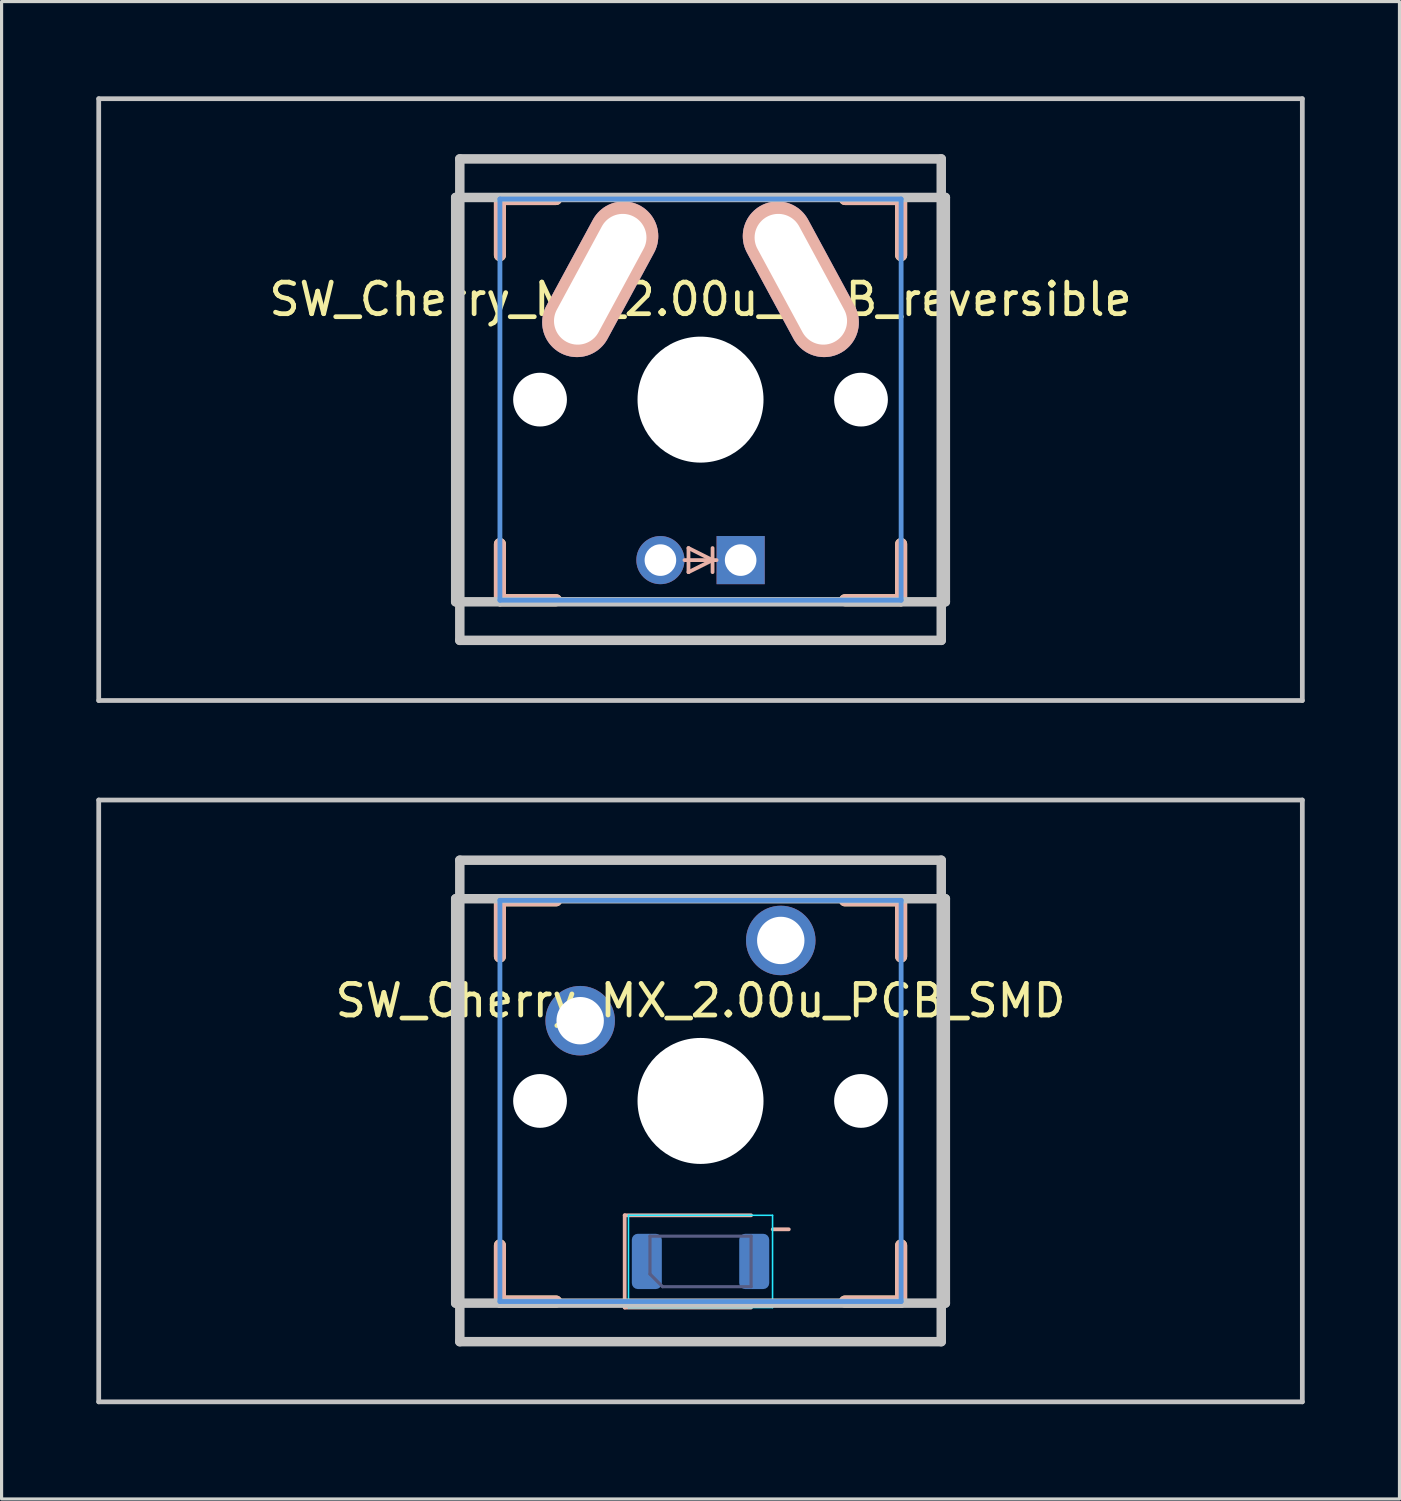
<source format=kicad_pcb>
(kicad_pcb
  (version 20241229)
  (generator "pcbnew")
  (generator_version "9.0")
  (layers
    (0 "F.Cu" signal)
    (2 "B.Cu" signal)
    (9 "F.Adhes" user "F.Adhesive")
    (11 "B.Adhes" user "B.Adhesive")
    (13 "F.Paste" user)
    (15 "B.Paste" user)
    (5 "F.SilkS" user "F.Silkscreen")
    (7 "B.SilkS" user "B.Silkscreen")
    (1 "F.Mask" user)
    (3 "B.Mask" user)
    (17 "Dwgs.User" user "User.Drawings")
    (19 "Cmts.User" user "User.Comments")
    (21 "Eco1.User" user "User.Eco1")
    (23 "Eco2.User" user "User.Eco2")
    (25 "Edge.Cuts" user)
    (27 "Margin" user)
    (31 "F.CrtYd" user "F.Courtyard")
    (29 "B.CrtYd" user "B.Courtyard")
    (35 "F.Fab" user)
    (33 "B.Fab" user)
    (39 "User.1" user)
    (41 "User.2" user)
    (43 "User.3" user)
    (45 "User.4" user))
  (footprint "SW_Cherry_MX_2.00u_PCB_SMD"
    (layer "F.Cu")
    (at 19.125 31.8)
    (property "Reference" "SW_Cherry_MX_2.00u_PCB_SMD" (at 0 -3.175 0) (layer "F.SilkS") (effects (font (size 1 1) (thickness 0.15))))
    (attr exclude_from_pos_files exclude_from_bom)
    (fp_line (start -6.35 -6.35) (end -4.572 -6.35) (stroke (width 0.381) (type solid)) (layer "F.SilkS"))
    (fp_line (start -6.35 -4.572) (end -6.35 -6.35) (stroke (width 0.381) (type solid)) (layer "F.SilkS"))
    (fp_line (start -6.35 6.35) (end -6.35 4.572) (stroke (width 0.381) (type solid)) (layer "F.SilkS"))
    (fp_line (start -4.572 6.35) (end -6.35 6.35) (stroke (width 0.381) (type solid)) (layer "F.SilkS"))
    (fp_line (start 4.572 -6.35) (end 6.35 -6.35) (stroke (width 0.381) (type solid)) (layer "F.SilkS"))
    (fp_line (start 6.35 -6.35) (end 6.35 -4.572) (stroke (width 0.381) (type solid)) (layer "F.SilkS"))
    (fp_line (start 6.35 4.572) (end 6.35 6.35) (stroke (width 0.381) (type solid)) (layer "F.SilkS"))
    (fp_line (start 6.35 6.35) (end 4.572 6.35) (stroke (width 0.381) (type solid)) (layer "F.SilkS"))
    (fp_line (start -6.35 -6.35) (end -6.35 -4.572) (stroke (width 0.381) (type solid)) (layer "B.SilkS"))
    (fp_line (start -6.35 4.572) (end -6.35 6.35) (stroke (width 0.381) (type solid)) (layer "B.SilkS"))
    (fp_line (start -6.35 6.35) (end -4.572 6.35) (stroke (width 0.381) (type solid)) (layer "B.SilkS"))
    (fp_line (start -4.572 -6.35) (end -6.35 -6.35) (stroke (width 0.381) (type solid)) (layer "B.SilkS"))
    (fp_line (start -2.4 3.62) (end 1.6 3.62) (stroke (width 0.12) (type solid)) (layer "B.SilkS"))
    (fp_line (start -2.4 6.54) (end -2.4 3.62) (stroke (width 0.12) (type solid)) (layer "B.SilkS"))
    (fp_line (start 1.6 6.54) (end -2.4 6.54) (stroke (width 0.12) (type solid)) (layer "B.SilkS"))
    (fp_line (start 2.286 4.064) (end 2.794 4.064) (stroke (width 0.12) (type solid)) (layer "B.SilkS"))
    (fp_line (start 4.572 6.35) (end 6.35 6.35) (stroke (width 0.381) (type solid)) (layer "B.SilkS"))
    (fp_line (start 6.35 -6.35) (end 4.572 -6.35) (stroke (width 0.381) (type solid)) (layer "B.SilkS"))
    (fp_line (start 6.35 -4.572) (end 6.35 -6.35) (stroke (width 0.381) (type solid)) (layer "B.SilkS"))
    (fp_line (start 6.35 6.35) (end 6.35 4.572) (stroke (width 0.381) (type solid)) (layer "B.SilkS"))
    (fp_line (start -19.05 -9.525) (end 19.05 -9.525) (stroke (width 0.15) (type solid)) (layer "Dwgs.User"))
    (fp_line (start -19.05 9.525) (end -19.05 -9.525) (stroke (width 0.15) (type solid)) (layer "Dwgs.User"))
    (fp_line (start -7.75 6.4) (end -7.75 -6.4) (stroke (width 0.3) (type solid)) (layer "Dwgs.User"))
    (fp_line (start -7.75 6.4) (end 7.75 6.4) (stroke (width 0.3) (type solid)) (layer "Dwgs.User"))
    (fp_line (start -7.62 -7.62) (end 7.62 -7.62) (stroke (width 0.3) (type solid)) (layer "Dwgs.User"))
    (fp_line (start -7.62 7.62) (end -7.62 -7.62) (stroke (width 0.3) (type solid)) (layer "Dwgs.User"))
    (fp_line (start 7.62 -7.62) (end 7.62 7.62) (stroke (width 0.3) (type solid)) (layer "Dwgs.User"))
    (fp_line (start 7.62 7.62) (end -7.62 7.62) (stroke (width 0.3) (type solid)) (layer "Dwgs.User"))
    (fp_line (start 7.75 -6.4) (end -7.75 -6.4) (stroke (width 0.3) (type solid)) (layer "Dwgs.User"))
    (fp_line (start 7.75 6.4) (end 7.75 -6.4) (stroke (width 0.3) (type solid)) (layer "Dwgs.User"))
    (fp_line (start 19.05 -9.525) (end 19.05 9.525) (stroke (width 0.15) (type solid)) (layer "Dwgs.User"))
    (fp_line (start 19.05 9.525) (end -19.05 9.525) (stroke (width 0.15) (type solid)) (layer "Dwgs.User"))
    (fp_line (start -6.35 -6.35) (end 6.35 -6.35) (stroke (width 0.152) (type solid)) (layer "Cmts.User"))
    (fp_line (start -6.35 6.35) (end -6.35 -6.35) (stroke (width 0.152) (type solid)) (layer "Cmts.User"))
    (fp_line (start 6.35 -6.35) (end 6.35 6.35) (stroke (width 0.152) (type solid)) (layer "Cmts.User"))
    (fp_line (start 6.35 6.35) (end -6.35 6.35) (stroke (width 0.152) (type solid)) (layer "Cmts.User"))
    (fp_line (start -6.985 -6.985) (end 6.985 -6.985) (stroke (width 0.152) (type solid)) (layer "Eco2.User"))
    (fp_line (start -6.985 6.985) (end -6.985 -6.985) (stroke (width 0.152) (type solid)) (layer "Eco2.User"))
    (fp_line (start 6.985 -6.985) (end 6.985 6.985) (stroke (width 0.152) (type solid)) (layer "Eco2.User"))
    (fp_line (start 6.985 6.985) (end -6.985 6.985) (stroke (width 0.152) (type solid)) (layer "Eco2.User"))
    (fp_line (start -2.28 3.62) (end -2.28 6.54) (stroke (width 0.05) (type solid)) (layer "B.CrtYd"))
    (fp_line (start -2.28 6.54) (end 2.28 6.54) (stroke (width 0.05) (type solid)) (layer "B.CrtYd"))
    (fp_line (start 2.28 3.62) (end -2.28 3.62) (stroke (width 0.05) (type solid)) (layer "B.CrtYd"))
    (fp_line (start 2.28 6.54) (end 2.28 3.62) (stroke (width 0.05) (type solid)) (layer "B.CrtYd"))
    (fp_line (start -1.6 4.28) (end 1.6 4.28) (stroke (width 0.1) (type solid)) (layer "B.Fab"))
    (fp_line (start -1.6 5.48) (end -1.6 4.28) (stroke (width 0.1) (type solid)) (layer "B.Fab"))
    (fp_line (start -1.2 5.88) (end -1.6 5.48) (stroke (width 0.1) (type solid)) (layer "B.Fab"))
    (fp_line (start 1.6 4.28) (end 1.6 5.88) (stroke (width 0.1) (type solid)) (layer "B.Fab"))
    (fp_line (start 1.6 5.88) (end -1.2 5.88) (stroke (width 0.1) (type solid)) (layer "B.Fab"))
    (pad "" np_thru_hole circle (at -5.08 0) (size 1.702 1.702) (drill 1.702) (layers "*.Cu" "*.Mask"))
    (pad "" np_thru_hole circle (at 0 0) (size 3.988 3.988) (drill 3.988) (layers "*.Cu" "*.Mask"))
    (pad "" np_thru_hole circle (at 5.08 0) (size 1.702 1.702) (drill 1.702) (layers "*.Cu" "*.Mask"))
    (pad "1" thru_hole circle (at -3.81 -2.54) (size 2.2 2.2) (drill 1.5) (layers "*.Cu" "*.Mask"))
    (pad "2" thru_hole circle (at 2.54 -5.08) (size 2.2 2.2) (drill 1.5) (layers "*.Cu" "*.Mask"))
    (pad "3" smd roundrect (at 1.7 5.08) (size 0.95 1.75) (layers "B.Cu" "B.Mask" "B.Paste") (roundrect_rratio 0.2))
    (pad "4" smd roundrect (at -1.7 5.08) (size 0.95 1.75) (layers "B.Cu" "B.Mask" "B.Paste") (roundrect_rratio 0.2)))
  (footprint "SW_Cherry_MX_2.00u_PCB_reversible"
    (layer "F.Cu")
    (at 19.125 9.6)
    (property "Reference" "SW_Cherry_MX_2.00u_PCB_reversible" (at 0 -3.175 0) (layer "F.SilkS") (effects (font (size 1 1) (thickness 0.15))))
    (attr exclude_from_pos_files exclude_from_bom)
    (fp_line (start -6.35 -6.35) (end -4.572 -6.35) (stroke (width 0.381) (type solid)) (layer "F.SilkS"))
    (fp_line (start -6.35 -4.572) (end -6.35 -6.35) (stroke (width 0.381) (type solid)) (layer "F.SilkS"))
    (fp_line (start -6.35 6.35) (end -6.35 4.572) (stroke (width 0.381) (type solid)) (layer "F.SilkS"))
    (fp_line (start -4.572 6.35) (end -6.35 6.35) (stroke (width 0.381) (type solid)) (layer "F.SilkS"))
    (fp_line (start 4.572 -6.35) (end 6.35 -6.35) (stroke (width 0.381) (type solid)) (layer "F.SilkS"))
    (fp_line (start 6.35 -6.35) (end 6.35 -4.572) (stroke (width 0.381) (type solid)) (layer "F.SilkS"))
    (fp_line (start 6.35 4.572) (end 6.35 6.35) (stroke (width 0.381) (type solid)) (layer "F.SilkS"))
    (fp_line (start 6.35 6.35) (end 4.572 6.35) (stroke (width 0.381) (type solid)) (layer "F.SilkS"))
    (fp_line (start -6.35 -6.35) (end -6.35 -4.572) (stroke (width 0.381) (type solid)) (layer "B.SilkS"))
    (fp_line (start -6.35 4.572) (end -6.35 6.35) (stroke (width 0.381) (type solid)) (layer "B.SilkS"))
    (fp_line (start -6.35 6.35) (end -4.572 6.35) (stroke (width 0.381) (type solid)) (layer "B.SilkS"))
    (fp_line (start -4.572 -6.35) (end -6.35 -6.35) (stroke (width 0.381) (type solid)) (layer "B.SilkS"))
    (fp_line (start -0.381 4.699) (end 0.381 5.08) (stroke (width 0.12) (type solid)) (layer "B.SilkS"))
    (fp_line (start -0.381 5.461) (end -0.381 4.699) (stroke (width 0.12) (type solid)) (layer "B.SilkS"))
    (fp_line (start -0.381 5.461) (end 0.381 5.08) (stroke (width 0.12) (type solid)) (layer "B.SilkS"))
    (fp_line (start 0.381 5.461) (end 0.381 4.699) (stroke (width 0.12) (type solid)) (layer "B.SilkS"))
    (fp_line (start 0.508 5.08) (end -0.508 5.08) (stroke (width 0.12) (type solid)) (layer "B.SilkS"))
    (fp_line (start 4.572 6.35) (end 6.35 6.35) (stroke (width 0.381) (type solid)) (layer "B.SilkS"))
    (fp_line (start 6.35 -6.35) (end 4.572 -6.35) (stroke (width 0.381) (type solid)) (layer "B.SilkS"))
    (fp_line (start 6.35 -4.572) (end 6.35 -6.35) (stroke (width 0.381) (type solid)) (layer "B.SilkS"))
    (fp_line (start 6.35 6.35) (end 6.35 4.572) (stroke (width 0.381) (type solid)) (layer "B.SilkS"))
    (fp_line (start -19.05 -9.525) (end 19.05 -9.525) (stroke (width 0.15) (type solid)) (layer "Dwgs.User"))
    (fp_line (start -19.05 9.525) (end -19.05 -9.525) (stroke (width 0.15) (type solid)) (layer "Dwgs.User"))
    (fp_line (start -7.75 6.4) (end -7.75 -6.4) (stroke (width 0.3) (type solid)) (layer "Dwgs.User"))
    (fp_line (start -7.75 6.4) (end 7.75 6.4) (stroke (width 0.3) (type solid)) (layer "Dwgs.User"))
    (fp_line (start -7.62 -7.62) (end 7.62 -7.62) (stroke (width 0.3) (type solid)) (layer "Dwgs.User"))
    (fp_line (start -7.62 7.62) (end -7.62 -7.62) (stroke (width 0.3) (type solid)) (layer "Dwgs.User"))
    (fp_line (start 7.62 -7.62) (end 7.62 7.62) (stroke (width 0.3) (type solid)) (layer "Dwgs.User"))
    (fp_line (start 7.62 7.62) (end -7.62 7.62) (stroke (width 0.3) (type solid)) (layer "Dwgs.User"))
    (fp_line (start 7.75 -6.4) (end -7.75 -6.4) (stroke (width 0.3) (type solid)) (layer "Dwgs.User"))
    (fp_line (start 7.75 6.4) (end 7.75 -6.4) (stroke (width 0.3) (type solid)) (layer "Dwgs.User"))
    (fp_line (start 19.05 -9.525) (end 19.05 9.525) (stroke (width 0.15) (type solid)) (layer "Dwgs.User"))
    (fp_line (start 19.05 9.525) (end -19.05 9.525) (stroke (width 0.15) (type solid)) (layer "Dwgs.User"))
    (fp_line (start -6.35 -6.35) (end 6.35 -6.35) (stroke (width 0.152) (type solid)) (layer "Cmts.User"))
    (fp_line (start -6.35 6.35) (end -6.35 -6.35) (stroke (width 0.152) (type solid)) (layer "Cmts.User"))
    (fp_line (start 6.35 -6.35) (end 6.35 6.35) (stroke (width 0.152) (type solid)) (layer "Cmts.User"))
    (fp_line (start 6.35 6.35) (end -6.35 6.35) (stroke (width 0.152) (type solid)) (layer "Cmts.User"))
    (fp_line (start -6.985 -6.985) (end 6.985 -6.985) (stroke (width 0.152) (type solid)) (layer "Eco2.User"))
    (fp_line (start -6.985 6.985) (end -6.985 -6.985) (stroke (width 0.152) (type solid)) (layer "Eco2.User"))
    (fp_line (start 6.985 -6.985) (end 6.985 6.985) (stroke (width 0.152) (type solid)) (layer "Eco2.User"))
    (fp_line (start 6.985 6.985) (end -6.985 6.985) (stroke (width 0.152) (type solid)) (layer "Eco2.User"))
    (pad "" np_thru_hole circle (at -5.08 0) (size 1.702 1.702) (drill 1.702) (layers "*.Cu" "*.Mask"))
    (pad "" np_thru_hole circle (at 0 0) (size 3.988 3.988) (drill 3.988) (layers "*.Cu" "*.Mask"))
    (pad "" np_thru_hole circle (at 5.08 0) (size 1.702 1.702) (drill 1.702) (layers "*.Cu" "*.Mask"))
    (pad "1" thru_hole oval (at -3.175 -3.81 331.6) (size 2.2 5.3) (drill oval 1.5 4.5) (layers "*.Cu" "*.Mask" "B.SilkS"))
    (pad "2" thru_hole oval (at 3.175 -3.81 28.4) (size 2.2 5.3) (drill oval 1.5 4.5) (layers "*.Cu" "*.Mask" "B.SilkS"))
    (pad "3" thru_hole rect (at 1.27 5.08 180) (size 1.524 1.524) (drill 1) (layers "*.Cu" "*.Mask"))
    (pad "4" thru_hole circle (at -1.27 5.08 180) (size 1.524 1.524) (drill 1) (layers "*.Cu" "*.Mask")))
  (gr_rect
    (start -3 -3)
    (end 41.25 44.4)
    (stroke (width 0.1) (type default))
    (fill no)
    (layer "Edge.Cuts")))
</source>
